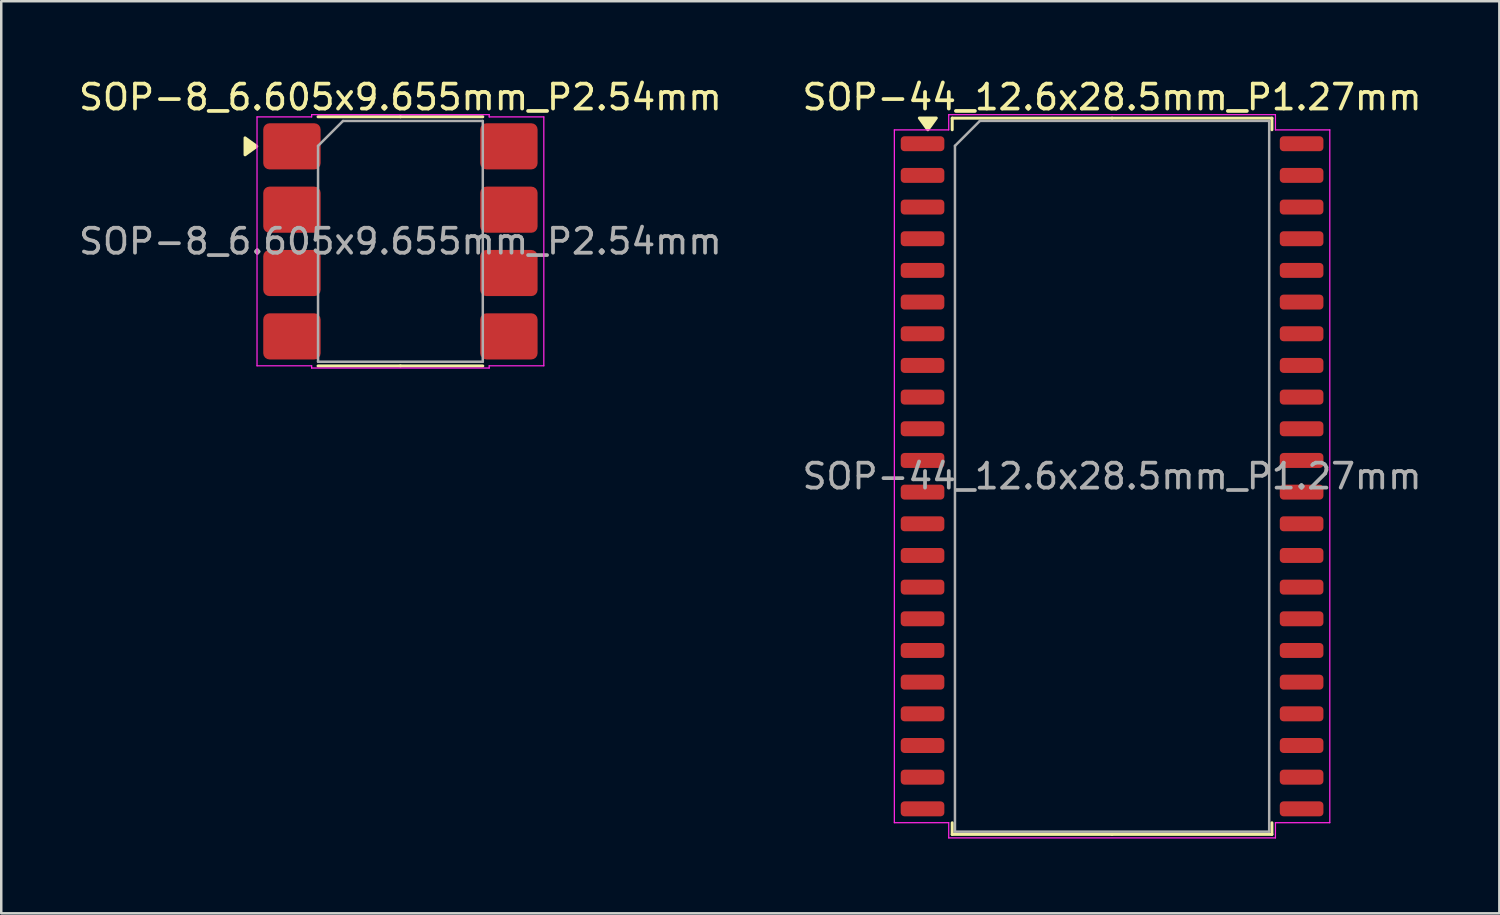
<source format=kicad_pcb>
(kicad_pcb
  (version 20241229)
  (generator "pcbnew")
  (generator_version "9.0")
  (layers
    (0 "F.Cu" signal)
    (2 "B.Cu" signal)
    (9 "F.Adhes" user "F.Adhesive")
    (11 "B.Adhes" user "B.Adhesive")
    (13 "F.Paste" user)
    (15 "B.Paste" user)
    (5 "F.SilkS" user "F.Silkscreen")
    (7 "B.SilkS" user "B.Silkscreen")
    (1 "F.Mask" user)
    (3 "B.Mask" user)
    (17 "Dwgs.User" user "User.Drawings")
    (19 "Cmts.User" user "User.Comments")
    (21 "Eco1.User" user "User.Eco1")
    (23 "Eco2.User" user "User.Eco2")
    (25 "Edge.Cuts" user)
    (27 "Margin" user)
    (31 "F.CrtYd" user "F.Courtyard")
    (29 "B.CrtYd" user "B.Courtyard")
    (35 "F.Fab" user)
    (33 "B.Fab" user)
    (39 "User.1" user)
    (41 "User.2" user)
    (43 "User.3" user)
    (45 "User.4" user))
  (footprint "SOP-44_12.6x28.5mm_P1.27mm"
    (layer "F.Cu")
    (at 41.542 16.048)
    (property "Reference" "SOP-44_12.6x28.5mm_P1.27mm" (at 0 -15.2 0) (layer "F.SilkS") (effects (font (size 1 1) (thickness 0.15))))
    (attr smd)
    (fp_line (start -6.41 -14.36) (end -6.41 -13.895) (stroke (width 0.12) (type solid)) (layer "F.SilkS"))
    (fp_line (start -6.41 14.36) (end -6.41 13.895) (stroke (width 0.12) (type solid)) (layer "F.SilkS"))
    (fp_line (start 0 -14.36) (end -6.41 -14.36) (stroke (width 0.12) (type solid)) (layer "F.SilkS"))
    (fp_line (start 0 -14.36) (end 6.41 -14.36) (stroke (width 0.12) (type solid)) (layer "F.SilkS"))
    (fp_line (start 0 14.36) (end -6.41 14.36) (stroke (width 0.12) (type solid)) (layer "F.SilkS"))
    (fp_line (start 0 14.36) (end 6.41 14.36) (stroke (width 0.12) (type solid)) (layer "F.SilkS"))
    (fp_line (start 6.41 -14.36) (end 6.41 -13.895) (stroke (width 0.12) (type solid)) (layer "F.SilkS"))
    (fp_line (start 6.41 14.36) (end 6.41 13.895) (stroke (width 0.12) (type solid)) (layer "F.SilkS"))
    (fp_poly (pts (xy -7.388 -13.895) (xy -7.728 -14.365) (xy -7.048 -14.365)) (stroke (width 0.12) (type solid)) (fill yes) (layer "F.SilkS"))
    (fp_line (start -8.73 -13.89) (end -6.55 -13.89) (stroke (width 0.05) (type solid)) (layer "F.CrtYd"))
    (fp_line (start -8.73 13.89) (end -8.73 -13.89) (stroke (width 0.05) (type solid)) (layer "F.CrtYd"))
    (fp_line (start -6.55 -14.5) (end 6.55 -14.5) (stroke (width 0.05) (type solid)) (layer "F.CrtYd"))
    (fp_line (start -6.55 -13.89) (end -6.55 -14.5) (stroke (width 0.05) (type solid)) (layer "F.CrtYd"))
    (fp_line (start -6.55 13.89) (end -8.73 13.89) (stroke (width 0.05) (type solid)) (layer "F.CrtYd"))
    (fp_line (start -6.55 14.5) (end -6.55 13.89) (stroke (width 0.05) (type solid)) (layer "F.CrtYd"))
    (fp_line (start 6.55 -14.5) (end 6.55 -13.89) (stroke (width 0.05) (type solid)) (layer "F.CrtYd"))
    (fp_line (start 6.55 -13.89) (end 8.73 -13.89) (stroke (width 0.05) (type solid)) (layer "F.CrtYd"))
    (fp_line (start 6.55 13.89) (end 6.55 14.5) (stroke (width 0.05) (type solid)) (layer "F.CrtYd"))
    (fp_line (start 6.55 14.5) (end -6.55 14.5) (stroke (width 0.05) (type solid)) (layer "F.CrtYd"))
    (fp_line (start 8.73 -13.89) (end 8.73 13.89) (stroke (width 0.05) (type solid)) (layer "F.CrtYd"))
    (fp_line (start 8.73 13.89) (end 6.55 13.89) (stroke (width 0.05) (type solid)) (layer "F.CrtYd"))
    (fp_line (start -6.3 -13.25) (end -5.3 -14.25) (stroke (width 0.1) (type solid)) (layer "F.Fab"))
    (fp_line (start -6.3 14.25) (end -6.3 -13.25) (stroke (width 0.1) (type solid)) (layer "F.Fab"))
    (fp_line (start -5.3 -14.25) (end 6.3 -14.25) (stroke (width 0.1) (type solid)) (layer "F.Fab"))
    (fp_line (start 6.3 -14.25) (end 6.3 14.25) (stroke (width 0.1) (type solid)) (layer "F.Fab"))
    (fp_line (start 6.3 14.25) (end -6.3 14.25) (stroke (width 0.1) (type solid)) (layer "F.Fab"))
    (fp_text user "${REFERENCE}" (at 0 0 0) (layer "F.Fab") (effects (font (size 1 1) (thickness 0.15))))
    (pad "1" smd roundrect (at -7.6 -13.335) (size 1.75 0.6) (layers "F.Cu" "F.Mask" "F.Paste") (roundrect_rratio 0.25))
    (pad "2" smd roundrect (at -7.6 -12.065) (size 1.75 0.6) (layers "F.Cu" "F.Mask" "F.Paste") (roundrect_rratio 0.25))
    (pad "3" smd roundrect (at -7.6 -10.795) (size 1.75 0.6) (layers "F.Cu" "F.Mask" "F.Paste") (roundrect_rratio 0.25))
    (pad "4" smd roundrect (at -7.6 -9.525) (size 1.75 0.6) (layers "F.Cu" "F.Mask" "F.Paste") (roundrect_rratio 0.25))
    (pad "5" smd roundrect (at -7.6 -8.255) (size 1.75 0.6) (layers "F.Cu" "F.Mask" "F.Paste") (roundrect_rratio 0.25))
    (pad "6" smd roundrect (at -7.6 -6.985) (size 1.75 0.6) (layers "F.Cu" "F.Mask" "F.Paste") (roundrect_rratio 0.25))
    (pad "7" smd roundrect (at -7.6 -5.715) (size 1.75 0.6) (layers "F.Cu" "F.Mask" "F.Paste") (roundrect_rratio 0.25))
    (pad "8" smd roundrect (at -7.6 -4.445) (size 1.75 0.6) (layers "F.Cu" "F.Mask" "F.Paste") (roundrect_rratio 0.25))
    (pad "9" smd roundrect (at -7.6 -3.175) (size 1.75 0.6) (layers "F.Cu" "F.Mask" "F.Paste") (roundrect_rratio 0.25))
    (pad "10" smd roundrect (at -7.6 -1.905) (size 1.75 0.6) (layers "F.Cu" "F.Mask" "F.Paste") (roundrect_rratio 0.25))
    (pad "11" smd roundrect (at -7.6 -0.635) (size 1.75 0.6) (layers "F.Cu" "F.Mask" "F.Paste") (roundrect_rratio 0.25))
    (pad "12" smd roundrect (at -7.6 0.635) (size 1.75 0.6) (layers "F.Cu" "F.Mask" "F.Paste") (roundrect_rratio 0.25))
    (pad "13" smd roundrect (at -7.6 1.905) (size 1.75 0.6) (layers "F.Cu" "F.Mask" "F.Paste") (roundrect_rratio 0.25))
    (pad "14" smd roundrect (at -7.6 3.175) (size 1.75 0.6) (layers "F.Cu" "F.Mask" "F.Paste") (roundrect_rratio 0.25))
    (pad "15" smd roundrect (at -7.6 4.445) (size 1.75 0.6) (layers "F.Cu" "F.Mask" "F.Paste") (roundrect_rratio 0.25))
    (pad "16" smd roundrect (at -7.6 5.715) (size 1.75 0.6) (layers "F.Cu" "F.Mask" "F.Paste") (roundrect_rratio 0.25))
    (pad "17" smd roundrect (at -7.6 6.985) (size 1.75 0.6) (layers "F.Cu" "F.Mask" "F.Paste") (roundrect_rratio 0.25))
    (pad "18" smd roundrect (at -7.6 8.255) (size 1.75 0.6) (layers "F.Cu" "F.Mask" "F.Paste") (roundrect_rratio 0.25))
    (pad "19" smd roundrect (at -7.6 9.525) (size 1.75 0.6) (layers "F.Cu" "F.Mask" "F.Paste") (roundrect_rratio 0.25))
    (pad "20" smd roundrect (at -7.6 10.795) (size 1.75 0.6) (layers "F.Cu" "F.Mask" "F.Paste") (roundrect_rratio 0.25))
    (pad "21" smd roundrect (at -7.6 12.065) (size 1.75 0.6) (layers "F.Cu" "F.Mask" "F.Paste") (roundrect_rratio 0.25))
    (pad "22" smd roundrect (at -7.6 13.335) (size 1.75 0.6) (layers "F.Cu" "F.Mask" "F.Paste") (roundrect_rratio 0.25))
    (pad "23" smd roundrect (at 7.6 13.335) (size 1.75 0.6) (layers "F.Cu" "F.Mask" "F.Paste") (roundrect_rratio 0.25))
    (pad "24" smd roundrect (at 7.6 12.065) (size 1.75 0.6) (layers "F.Cu" "F.Mask" "F.Paste") (roundrect_rratio 0.25))
    (pad "25" smd roundrect (at 7.6 10.795) (size 1.75 0.6) (layers "F.Cu" "F.Mask" "F.Paste") (roundrect_rratio 0.25))
    (pad "26" smd roundrect (at 7.6 9.525) (size 1.75 0.6) (layers "F.Cu" "F.Mask" "F.Paste") (roundrect_rratio 0.25))
    (pad "27" smd roundrect (at 7.6 8.255) (size 1.75 0.6) (layers "F.Cu" "F.Mask" "F.Paste") (roundrect_rratio 0.25))
    (pad "28" smd roundrect (at 7.6 6.985) (size 1.75 0.6) (layers "F.Cu" "F.Mask" "F.Paste") (roundrect_rratio 0.25))
    (pad "29" smd roundrect (at 7.6 5.715) (size 1.75 0.6) (layers "F.Cu" "F.Mask" "F.Paste") (roundrect_rratio 0.25))
    (pad "30" smd roundrect (at 7.6 4.445) (size 1.75 0.6) (layers "F.Cu" "F.Mask" "F.Paste") (roundrect_rratio 0.25))
    (pad "31" smd roundrect (at 7.6 3.175) (size 1.75 0.6) (layers "F.Cu" "F.Mask" "F.Paste") (roundrect_rratio 0.25))
    (pad "32" smd roundrect (at 7.6 1.905) (size 1.75 0.6) (layers "F.Cu" "F.Mask" "F.Paste") (roundrect_rratio 0.25))
    (pad "33" smd roundrect (at 7.6 0.635) (size 1.75 0.6) (layers "F.Cu" "F.Mask" "F.Paste") (roundrect_rratio 0.25))
    (pad "34" smd roundrect (at 7.6 -0.635) (size 1.75 0.6) (layers "F.Cu" "F.Mask" "F.Paste") (roundrect_rratio 0.25))
    (pad "35" smd roundrect (at 7.6 -1.905) (size 1.75 0.6) (layers "F.Cu" "F.Mask" "F.Paste") (roundrect_rratio 0.25))
    (pad "36" smd roundrect (at 7.6 -3.175) (size 1.75 0.6) (layers "F.Cu" "F.Mask" "F.Paste") (roundrect_rratio 0.25))
    (pad "37" smd roundrect (at 7.6 -4.445) (size 1.75 0.6) (layers "F.Cu" "F.Mask" "F.Paste") (roundrect_rratio 0.25))
    (pad "38" smd roundrect (at 7.6 -5.715) (size 1.75 0.6) (layers "F.Cu" "F.Mask" "F.Paste") (roundrect_rratio 0.25))
    (pad "39" smd roundrect (at 7.6 -6.985) (size 1.75 0.6) (layers "F.Cu" "F.Mask" "F.Paste") (roundrect_rratio 0.25))
    (pad "40" smd roundrect (at 7.6 -8.255) (size 1.75 0.6) (layers "F.Cu" "F.Mask" "F.Paste") (roundrect_rratio 0.25))
    (pad "41" smd roundrect (at 7.6 -9.525) (size 1.75 0.6) (layers "F.Cu" "F.Mask" "F.Paste") (roundrect_rratio 0.25))
    (pad "42" smd roundrect (at 7.6 -10.795) (size 1.75 0.6) (layers "F.Cu" "F.Mask" "F.Paste") (roundrect_rratio 0.25))
    (pad "43" smd roundrect (at 7.6 -12.065) (size 1.75 0.6) (layers "F.Cu" "F.Mask" "F.Paste") (roundrect_rratio 0.25))
    (pad "44" smd roundrect (at 7.6 -13.335) (size 1.75 0.6) (layers "F.Cu" "F.Mask" "F.Paste") (roundrect_rratio 0.25)))
  (footprint "SOP-8_6.605x9.655mm_P2.54mm"
    (layer "F.Cu")
    (at 13.006 6.628)
    (property "Reference" "SOP-8_6.605x9.655mm_P2.54mm" (at 0 -5.78 0) (layer "F.SilkS") (effects (font (size 1 1) (thickness 0.15))))
    (attr smd)
    (fp_line (start 0 -4.995) (end -3.303 -4.995) (stroke (width 0.12) (type solid)) (layer "F.SilkS"))
    (fp_line (start 0 -4.995) (end 3.303 -4.995) (stroke (width 0.12) (type solid)) (layer "F.SilkS"))
    (fp_line (start 0 4.995) (end -3.303 4.995) (stroke (width 0.12) (type solid)) (layer "F.SilkS"))
    (fp_line (start 0 4.995) (end 3.303 4.995) (stroke (width 0.12) (type solid)) (layer "F.SilkS"))
    (fp_poly (pts (xy -5.76 -3.81) (xy -6.23 -3.47) (xy -6.23 -4.15)) (stroke (width 0.12) (type solid)) (fill yes) (layer "F.SilkS"))
    (fp_line (start -5.75 -4.99) (end -3.56 -4.99) (stroke (width 0.05) (type solid)) (layer "F.CrtYd"))
    (fp_line (start -5.75 4.99) (end -5.75 -4.99) (stroke (width 0.05) (type solid)) (layer "F.CrtYd"))
    (fp_line (start -3.56 -5.08) (end 3.56 -5.08) (stroke (width 0.05) (type solid)) (layer "F.CrtYd"))
    (fp_line (start -3.56 -4.99) (end -3.56 -5.08) (stroke (width 0.05) (type solid)) (layer "F.CrtYd"))
    (fp_line (start -3.56 4.99) (end -5.75 4.99) (stroke (width 0.05) (type solid)) (layer "F.CrtYd"))
    (fp_line (start -3.56 5.08) (end -3.56 4.99) (stroke (width 0.05) (type solid)) (layer "F.CrtYd"))
    (fp_line (start 3.56 -5.08) (end 3.56 -4.99) (stroke (width 0.05) (type solid)) (layer "F.CrtYd"))
    (fp_line (start 3.56 -4.99) (end 5.75 -4.99) (stroke (width 0.05) (type solid)) (layer "F.CrtYd"))
    (fp_line (start 3.56 4.99) (end 3.56 5.08) (stroke (width 0.05) (type solid)) (layer "F.CrtYd"))
    (fp_line (start 3.56 5.08) (end -3.56 5.08) (stroke (width 0.05) (type solid)) (layer "F.CrtYd"))
    (fp_line (start 5.75 -4.99) (end 5.75 4.99) (stroke (width 0.05) (type solid)) (layer "F.CrtYd"))
    (fp_line (start 5.75 4.99) (end 3.56 4.99) (stroke (width 0.05) (type solid)) (layer "F.CrtYd"))
    (fp_line (start -3.303 -3.828) (end -2.303 -4.827) (stroke (width 0.1) (type solid)) (layer "F.Fab"))
    (fp_line (start -3.303 4.827) (end -3.303 -3.828) (stroke (width 0.1) (type solid)) (layer "F.Fab"))
    (fp_line (start -2.303 -4.827) (end 3.303 -4.827) (stroke (width 0.1) (type solid)) (layer "F.Fab"))
    (fp_line (start 3.303 -4.827) (end 3.303 4.827) (stroke (width 0.1) (type solid)) (layer "F.Fab"))
    (fp_line (start 3.303 4.827) (end -3.303 4.827) (stroke (width 0.1) (type solid)) (layer "F.Fab"))
    (fp_text user "${REFERENCE}" (at 0 0 0) (layer "F.Fab") (effects (font (size 1 1) (thickness 0.15))))
    (pad "1" smd roundrect (at -4.35 -3.81) (size 2.3 1.85) (layers "F.Cu" "F.Mask" "F.Paste") (roundrect_rratio 0.135))
    (pad "2" smd roundrect (at -4.35 -1.27) (size 2.3 1.85) (layers "F.Cu" "F.Mask" "F.Paste") (roundrect_rratio 0.135))
    (pad "3" smd roundrect (at -4.35 1.27) (size 2.3 1.85) (layers "F.Cu" "F.Mask" "F.Paste") (roundrect_rratio 0.135))
    (pad "4" smd roundrect (at -4.35 3.81) (size 2.3 1.85) (layers "F.Cu" "F.Mask" "F.Paste") (roundrect_rratio 0.135))
    (pad "5" smd roundrect (at 4.35 3.81) (size 2.3 1.85) (layers "F.Cu" "F.Mask" "F.Paste") (roundrect_rratio 0.135))
    (pad "6" smd roundrect (at 4.35 1.27) (size 2.3 1.85) (layers "F.Cu" "F.Mask" "F.Paste") (roundrect_rratio 0.135))
    (pad "7" smd roundrect (at 4.35 -1.27) (size 2.3 1.85) (layers "F.Cu" "F.Mask" "F.Paste") (roundrect_rratio 0.135))
    (pad "8" smd roundrect (at 4.35 -3.81) (size 2.3 1.85) (layers "F.Cu" "F.Mask" "F.Paste") (roundrect_rratio 0.135)))
  (gr_rect
    (start -3 -3)
    (end 57.071 33.573)
    (stroke (width 0.1) (type default))
    (fill no)
    (layer "Edge.Cuts")))
</source>
